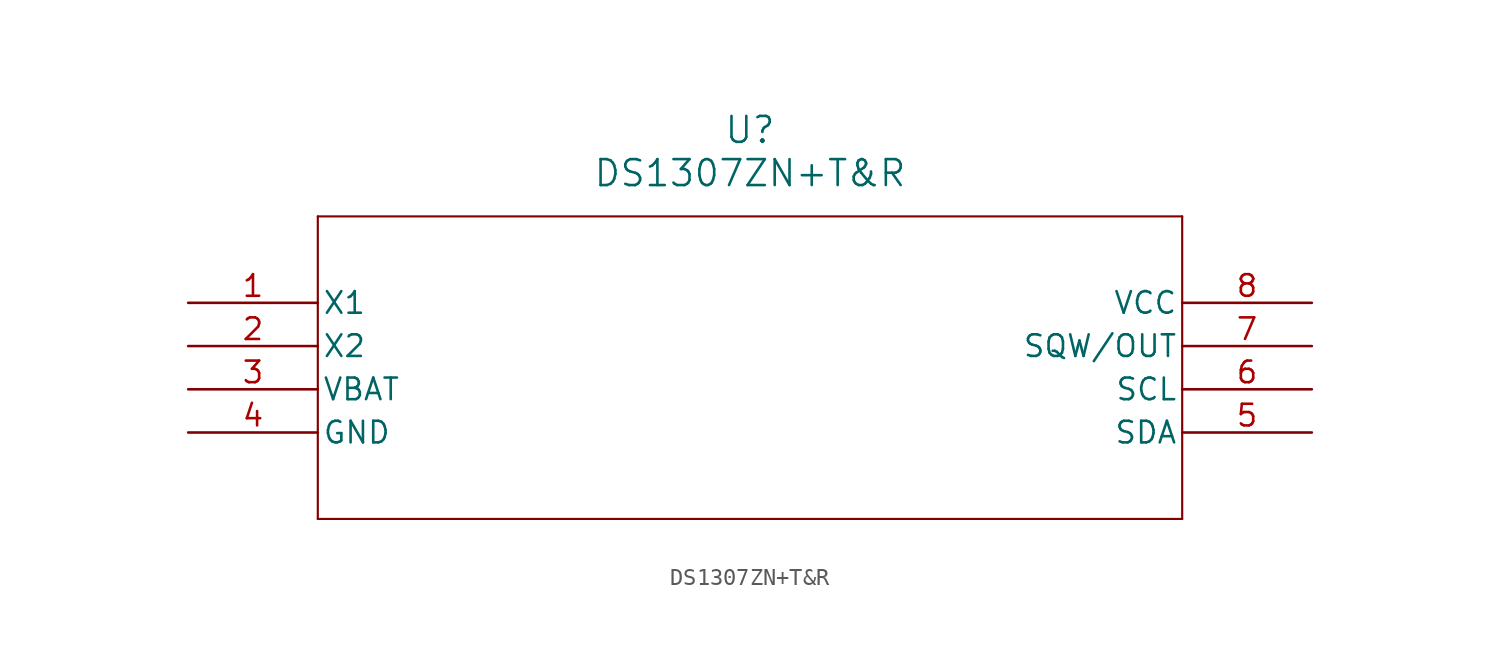
<source format=kicad_sym>
(kicad_symbol_lib
  (version 20211014)
  (generator kicad_symbol_editor)
  (symbol "DS1307ZN+T&R"
    (pin_names
      (offset 0.254))
    (property "Reference" "U"
      (at 33.02 10.16 0)
      (effects (font (size 1.524 1.524))))
    (property "Value" "DS1307ZN+T&R"
      (at 33.02 7.62 0)
      (effects (font (size 1.524 1.524))))
    (symbol "DS1307ZN+T&R_0_1"
      (polyline (pts (xy 7.62 5.08) (xy 7.62 -12.7)) (stroke (width 0.127) (type default) (color 0 0 0 0)) (fill (type none)))
      (polyline (pts (xy 7.62 -12.7) (xy 58.42 -12.7)) (stroke (width 0.127) (type default) (color 0 0 0 0)) (fill (type none)))
      (polyline (pts (xy 58.42 -12.7) (xy 58.42 5.08)) (stroke (width 0.127) (type default) (color 0 0 0 0)) (fill (type none)))
      (polyline (pts (xy 58.42 5.08) (xy 7.62 5.08)) (stroke (width 0.127) (type default) (color 0 0 0 0)) (fill (type none)))
      (pin unspecified line (at 0 0 0) (length 7.62) (name "X1" (effects (font (size 1.27 1.27)))) (number "1" (effects (font (size 1.27 1.27)))))
      (pin unspecified line (at 0 -2.54 0) (length 7.62) (name "X2" (effects (font (size 1.27 1.27)))) (number "2" (effects (font (size 1.27 1.27)))))
      (pin power_in line (at 0 -5.08 0) (length 7.62) (name "VBAT" (effects (font (size 1.27 1.27)))) (number "3" (effects (font (size 1.27 1.27)))))
      (pin power_in line (at 0 -7.62 0) (length 7.62) (name "GND" (effects (font (size 1.27 1.27)))) (number "4" (effects (font (size 1.27 1.27)))))
      (pin unspecified line (at 66.04 -7.62 180) (length 7.62) (name "SDA" (effects (font (size 1.27 1.27)))) (number "5" (effects (font (size 1.27 1.27)))))
      (pin unspecified line (at 66.04 -5.08 180) (length 7.62) (name "SCL" (effects (font (size 1.27 1.27)))) (number "6" (effects (font (size 1.27 1.27)))))
      (pin unspecified line (at 66.04 -2.54 180) (length 7.62) (name "SQW/OUT" (effects (font (size 1.27 1.27)))) (number "7" (effects (font (size 1.27 1.27)))))
      (pin power_in line (at 66.04 0 180) (length 7.62) (name "VCC" (effects (font (size 1.27 1.27)))) (number "8" (effects (font (size 1.27 1.27))))))))
</source>
